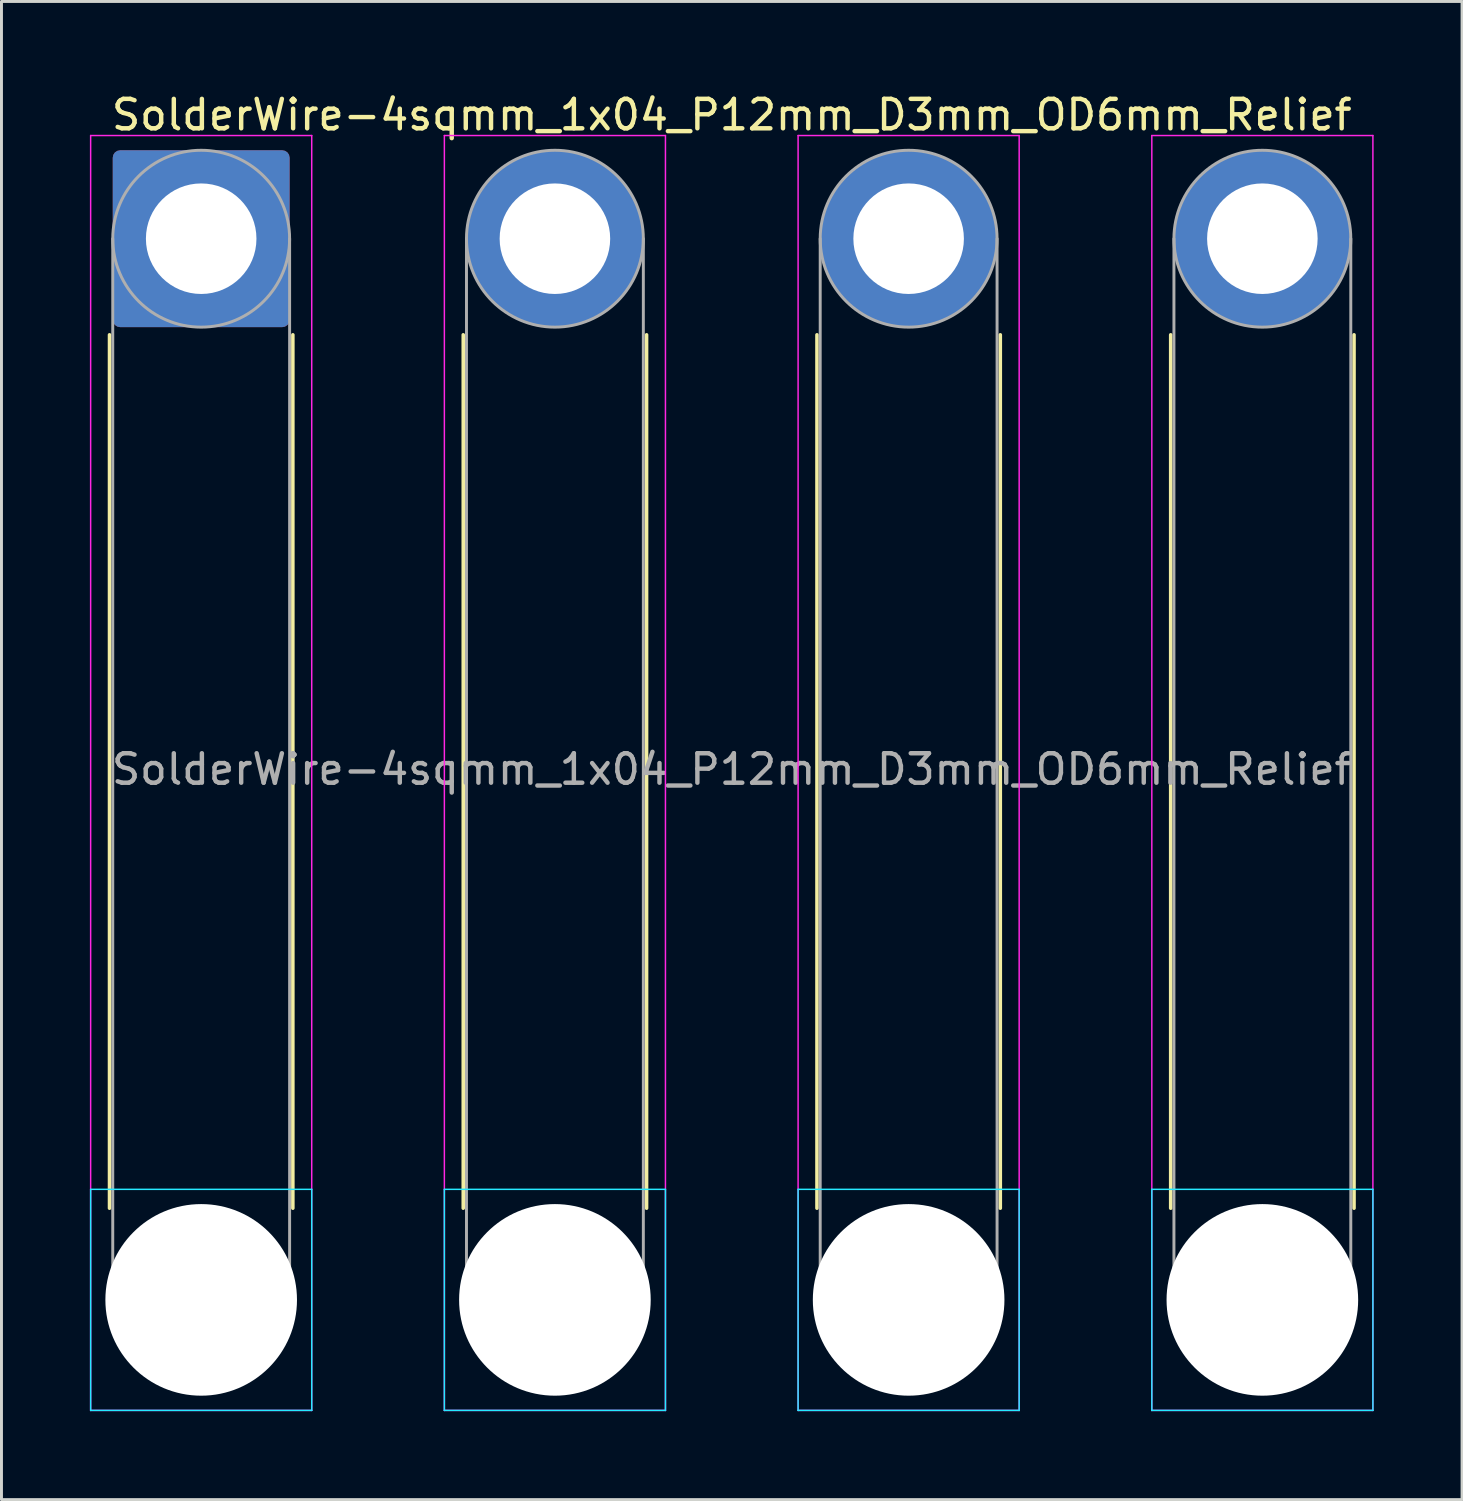
<source format=kicad_pcb>
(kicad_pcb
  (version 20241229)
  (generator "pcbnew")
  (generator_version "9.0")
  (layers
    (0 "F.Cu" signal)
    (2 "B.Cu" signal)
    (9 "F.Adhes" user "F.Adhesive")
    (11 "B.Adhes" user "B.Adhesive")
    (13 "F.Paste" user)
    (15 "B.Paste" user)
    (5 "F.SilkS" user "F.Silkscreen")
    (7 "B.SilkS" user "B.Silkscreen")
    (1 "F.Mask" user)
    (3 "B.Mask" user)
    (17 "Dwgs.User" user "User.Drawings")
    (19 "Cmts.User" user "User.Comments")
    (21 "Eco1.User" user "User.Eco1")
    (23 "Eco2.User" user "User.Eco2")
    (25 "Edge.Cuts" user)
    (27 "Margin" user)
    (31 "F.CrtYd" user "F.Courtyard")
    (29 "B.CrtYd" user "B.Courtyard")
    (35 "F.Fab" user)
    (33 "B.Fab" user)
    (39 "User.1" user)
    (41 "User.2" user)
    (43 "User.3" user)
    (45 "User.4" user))
  (footprint "SolderWire-4sqmm_1x04_P12mm_D3mm_OD6mm_Relief"
    (layer "F.Cu")
    (at 3.775 5.048)
    (property "Reference" "SolderWire-4sqmm_1x04_P12mm_D3mm_OD6mm_Relief" (at 18 -4.2 0) (layer "F.SilkS") (effects (font (size 1 1) (thickness 0.15))))
    (attr exclude_from_pos_files exclude_from_bom)
    (fp_line (start -3.11 3.26) (end -3.11 32.89) (stroke (width 0.12) (type solid)) (layer "F.SilkS"))
    (fp_line (start 3.11 3.26) (end 3.11 32.89) (stroke (width 0.12) (type solid)) (layer "F.SilkS"))
    (fp_line (start 8.89 3.26) (end 8.89 32.89) (stroke (width 0.12) (type solid)) (layer "F.SilkS"))
    (fp_line (start 15.11 3.26) (end 15.11 32.89) (stroke (width 0.12) (type solid)) (layer "F.SilkS"))
    (fp_line (start 20.89 3.26) (end 20.89 32.89) (stroke (width 0.12) (type solid)) (layer "F.SilkS"))
    (fp_line (start 27.11 3.26) (end 27.11 32.89) (stroke (width 0.12) (type solid)) (layer "F.SilkS"))
    (fp_line (start 32.89 3.26) (end 32.89 32.89) (stroke (width 0.12) (type solid)) (layer "F.SilkS"))
    (fp_line (start 39.11 3.26) (end 39.11 32.89) (stroke (width 0.12) (type solid)) (layer "F.SilkS"))
    (fp_line (start -3.75 32.25) (end -3.75 39.75) (stroke (width 0.05) (type solid)) (layer "B.CrtYd"))
    (fp_line (start -3.75 39.75) (end 3.75 39.75) (stroke (width 0.05) (type solid)) (layer "B.CrtYd"))
    (fp_line (start 3.75 32.25) (end -3.75 32.25) (stroke (width 0.05) (type solid)) (layer "B.CrtYd"))
    (fp_line (start 3.75 39.75) (end 3.75 32.25) (stroke (width 0.05) (type solid)) (layer "B.CrtYd"))
    (fp_line (start 8.25 32.25) (end 8.25 39.75) (stroke (width 0.05) (type solid)) (layer "B.CrtYd"))
    (fp_line (start 8.25 39.75) (end 15.75 39.75) (stroke (width 0.05) (type solid)) (layer "B.CrtYd"))
    (fp_line (start 15.75 32.25) (end 8.25 32.25) (stroke (width 0.05) (type solid)) (layer "B.CrtYd"))
    (fp_line (start 15.75 39.75) (end 15.75 32.25) (stroke (width 0.05) (type solid)) (layer "B.CrtYd"))
    (fp_line (start 20.25 32.25) (end 20.25 39.75) (stroke (width 0.05) (type solid)) (layer "B.CrtYd"))
    (fp_line (start 20.25 39.75) (end 27.75 39.75) (stroke (width 0.05) (type solid)) (layer "B.CrtYd"))
    (fp_line (start 27.75 32.25) (end 20.25 32.25) (stroke (width 0.05) (type solid)) (layer "B.CrtYd"))
    (fp_line (start 27.75 39.75) (end 27.75 32.25) (stroke (width 0.05) (type solid)) (layer "B.CrtYd"))
    (fp_line (start 32.25 32.25) (end 32.25 39.75) (stroke (width 0.05) (type solid)) (layer "B.CrtYd"))
    (fp_line (start 32.25 39.75) (end 39.75 39.75) (stroke (width 0.05) (type solid)) (layer "B.CrtYd"))
    (fp_line (start 39.75 32.25) (end 32.25 32.25) (stroke (width 0.05) (type solid)) (layer "B.CrtYd"))
    (fp_line (start 39.75 39.75) (end 39.75 32.25) (stroke (width 0.05) (type solid)) (layer "B.CrtYd"))
    (fp_line (start -3.75 -3.5) (end -3.75 39.75) (stroke (width 0.05) (type solid)) (layer "F.CrtYd"))
    (fp_line (start -3.75 39.75) (end 3.75 39.75) (stroke (width 0.05) (type solid)) (layer "F.CrtYd"))
    (fp_line (start 3.75 -3.5) (end -3.75 -3.5) (stroke (width 0.05) (type solid)) (layer "F.CrtYd"))
    (fp_line (start 3.75 39.75) (end 3.75 -3.5) (stroke (width 0.05) (type solid)) (layer "F.CrtYd"))
    (fp_line (start 8.25 -3.5) (end 8.25 39.75) (stroke (width 0.05) (type solid)) (layer "F.CrtYd"))
    (fp_line (start 8.25 39.75) (end 15.75 39.75) (stroke (width 0.05) (type solid)) (layer "F.CrtYd"))
    (fp_line (start 15.75 -3.5) (end 8.25 -3.5) (stroke (width 0.05) (type solid)) (layer "F.CrtYd"))
    (fp_line (start 15.75 39.75) (end 15.75 -3.5) (stroke (width 0.05) (type solid)) (layer "F.CrtYd"))
    (fp_line (start 20.25 -3.5) (end 20.25 39.75) (stroke (width 0.05) (type solid)) (layer "F.CrtYd"))
    (fp_line (start 20.25 39.75) (end 27.75 39.75) (stroke (width 0.05) (type solid)) (layer "F.CrtYd"))
    (fp_line (start 27.75 -3.5) (end 20.25 -3.5) (stroke (width 0.05) (type solid)) (layer "F.CrtYd"))
    (fp_line (start 27.75 39.75) (end 27.75 -3.5) (stroke (width 0.05) (type solid)) (layer "F.CrtYd"))
    (fp_line (start 32.25 -3.5) (end 32.25 39.75) (stroke (width 0.05) (type solid)) (layer "F.CrtYd"))
    (fp_line (start 32.25 39.75) (end 39.75 39.75) (stroke (width 0.05) (type solid)) (layer "F.CrtYd"))
    (fp_line (start 39.75 -3.5) (end 32.25 -3.5) (stroke (width 0.05) (type solid)) (layer "F.CrtYd"))
    (fp_line (start 39.75 39.75) (end 39.75 -3.5) (stroke (width 0.05) (type solid)) (layer "F.CrtYd"))
    (fp_line (start -3 0) (end -3 36) (stroke (width 0.1) (type solid)) (layer "F.Fab"))
    (fp_line (start 3 0) (end 3 36) (stroke (width 0.1) (type solid)) (layer "F.Fab"))
    (fp_line (start 9 0) (end 9 36) (stroke (width 0.1) (type solid)) (layer "F.Fab"))
    (fp_line (start 15 0) (end 15 36) (stroke (width 0.1) (type solid)) (layer "F.Fab"))
    (fp_line (start 21 0) (end 21 36) (stroke (width 0.1) (type solid)) (layer "F.Fab"))
    (fp_line (start 27 0) (end 27 36) (stroke (width 0.1) (type solid)) (layer "F.Fab"))
    (fp_line (start 33 0) (end 33 36) (stroke (width 0.1) (type solid)) (layer "F.Fab"))
    (fp_line (start 39 0) (end 39 36) (stroke (width 0.1) (type solid)) (layer "F.Fab"))
    (fp_circle (center 0 0) (end 3 0) (stroke (width 0.1) (type solid)) (fill no) (layer "F.Fab"))
    (fp_circle (center 0 36) (end 3 36) (stroke (width 0.1) (type solid)) (fill no) (layer "F.Fab"))
    (fp_circle (center 12 0) (end 15 0) (stroke (width 0.1) (type solid)) (fill no) (layer "F.Fab"))
    (fp_circle (center 12 36) (end 15 36) (stroke (width 0.1) (type solid)) (fill no) (layer "F.Fab"))
    (fp_circle (center 24 0) (end 27 0) (stroke (width 0.1) (type solid)) (fill no) (layer "F.Fab"))
    (fp_circle (center 24 36) (end 27 36) (stroke (width 0.1) (type solid)) (fill no) (layer "F.Fab"))
    (fp_circle (center 36 0) (end 39 0) (stroke (width 0.1) (type solid)) (fill no) (layer "F.Fab"))
    (fp_circle (center 36 36) (end 39 36) (stroke (width 0.1) (type solid)) (fill no) (layer "F.Fab"))
    (fp_text user "${REFERENCE}" (at 18 18 0) (layer "F.Fab") (effects (font (size 1 1) (thickness 0.15))))
    (pad "" np_thru_hole circle (at 0 36) (size 6.5 6.5) (drill 6.5) (layers "*.Cu" "*.Mask"))
    (pad "" np_thru_hole circle (at 12 36) (size 6.5 6.5) (drill 6.5) (layers "*.Cu" "*.Mask"))
    (pad "" np_thru_hole circle (at 24 36) (size 6.5 6.5) (drill 6.5) (layers "*.Cu" "*.Mask"))
    (pad "" np_thru_hole circle (at 36 36) (size 6.5 6.5) (drill 6.5) (layers "*.Cu" "*.Mask"))
    (pad "1" thru_hole roundrect (at 0 0) (size 6 6) (drill 3.75) (layers "*.Cu" "*.Mask") (roundrect_rratio 0.042))
    (pad "2" thru_hole circle (at 12 0) (size 6 6) (drill 3.75) (layers "*.Cu" "*.Mask"))
    (pad "3" thru_hole circle (at 24 0) (size 6 6) (drill 3.75) (layers "*.Cu" "*.Mask"))
    (pad "4" thru_hole circle (at 36 0) (size 6 6) (drill 3.75) (layers "*.Cu" "*.Mask")))
  (gr_rect
    (start -3 -3)
    (end 46.55 47.823)
    (stroke (width 0.1) (type default))
    (fill no)
    (layer "Edge.Cuts")))
</source>
